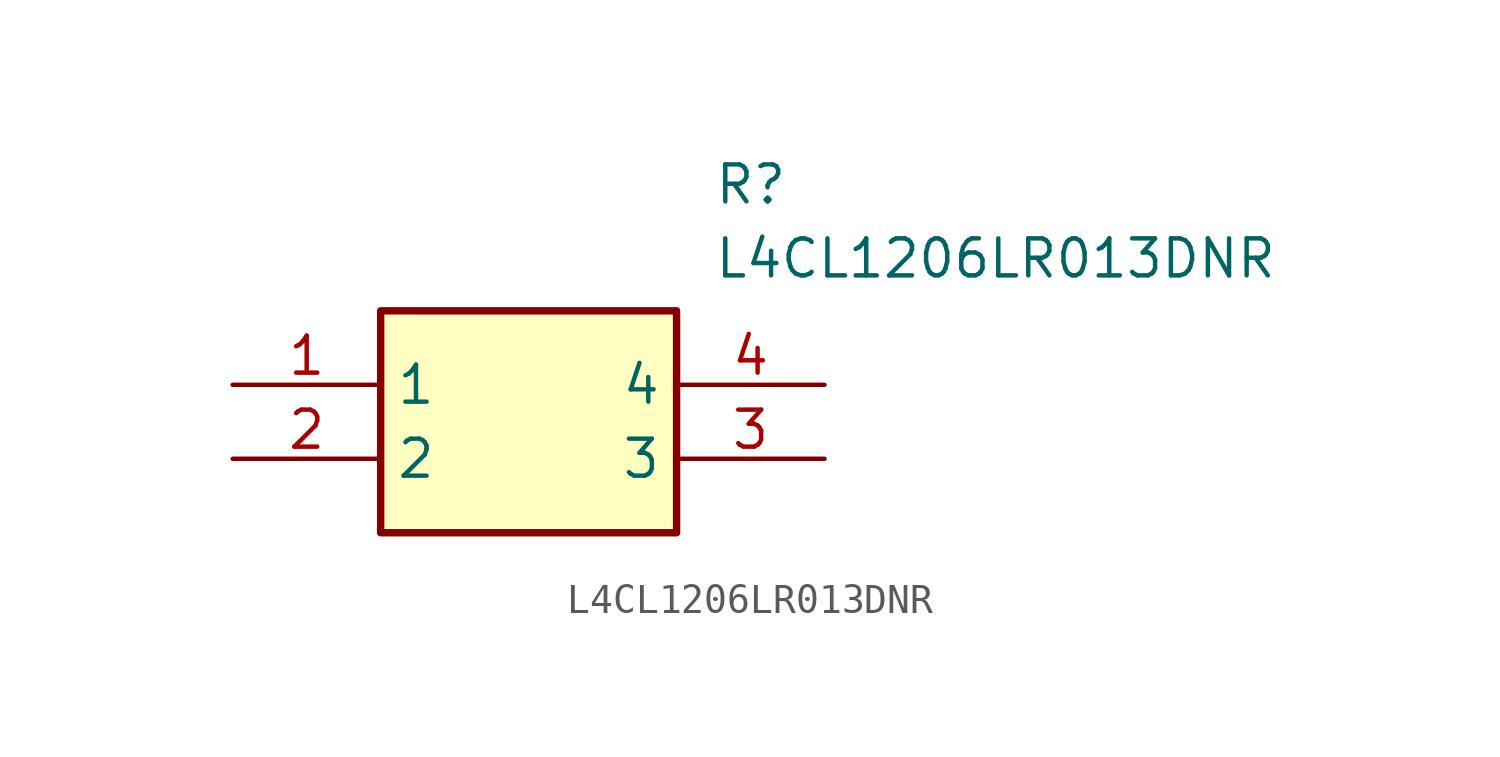
<source format=kicad_sym>
(kicad_symbol_lib
  (version 20211014)
  (generator SamacSys_ECAD_Model)
  (symbol "L4CL1206LR013DNR"
    (property "Reference" "R"
      (at 16.51 7.62 0)
      (effects (font (size 1.27 1.27)) (justify left top)))
    (property "Value" "L4CL1206LR013DNR"
      (at 16.51 5.08 0)
      (effects (font (size 1.27 1.27)) (justify left top)))
    (rectangle
      (start 5.08 2.54)
      (end 15.24 -5.08)
      (stroke (width 0.254) (type default))
      (fill (type background)))
    (pin passive line
      (at 0 0 0)
      (length 5.08)
      (name "1" (effects (font (size 1.27 1.27))))
      (number "1" (effects (font (size 1.27 1.27)))))
    (pin passive line
      (at 0 -2.54 0)
      (length 5.08)
      (name "2" (effects (font (size 1.27 1.27))))
      (number "2" (effects (font (size 1.27 1.27)))))
    (pin passive line
      (at 20.32 -2.54 180)
      (length 5.08)
      (name "3" (effects (font (size 1.27 1.27))))
      (number "3" (effects (font (size 1.27 1.27)))))
    (pin passive line
      (at 20.32 0 180)
      (length 5.08)
      (name "4" (effects (font (size 1.27 1.27))))
      (number "4" (effects (font (size 1.27 1.27)))))))
</source>
